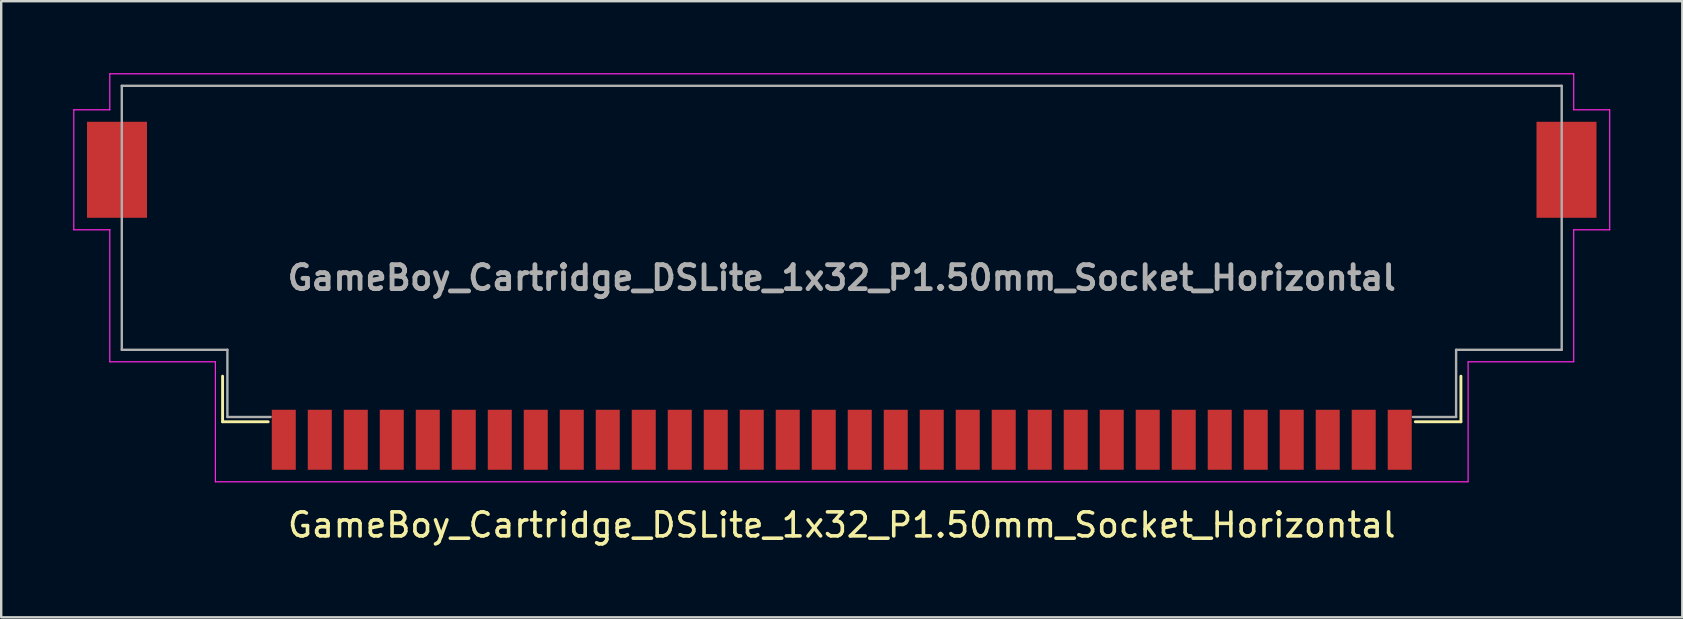
<source format=kicad_pcb>
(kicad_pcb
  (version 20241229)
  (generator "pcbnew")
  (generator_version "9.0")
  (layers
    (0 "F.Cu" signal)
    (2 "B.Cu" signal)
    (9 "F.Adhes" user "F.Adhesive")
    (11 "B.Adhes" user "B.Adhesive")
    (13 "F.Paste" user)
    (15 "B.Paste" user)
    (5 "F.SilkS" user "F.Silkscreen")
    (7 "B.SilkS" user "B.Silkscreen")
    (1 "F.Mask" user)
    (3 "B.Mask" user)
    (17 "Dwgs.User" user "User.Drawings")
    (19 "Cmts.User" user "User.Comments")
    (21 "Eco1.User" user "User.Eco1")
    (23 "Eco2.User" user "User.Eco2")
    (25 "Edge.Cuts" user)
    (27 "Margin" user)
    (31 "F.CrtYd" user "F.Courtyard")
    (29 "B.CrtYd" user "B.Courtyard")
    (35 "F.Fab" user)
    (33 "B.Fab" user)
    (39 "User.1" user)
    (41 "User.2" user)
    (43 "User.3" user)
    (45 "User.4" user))
  (footprint "GameBoy_Cartridge_DSLite_1x32_P1.50mm_Socket_Horizontal"
    (layer "F.Cu")
    (at 32.025 9.275)
    (property "Reference" "GameBoy_Cartridge_DSLite_1x32_P1.50mm_Socket_Horizontal" (at 0 9.55 180) (layer "F.SilkS") (effects (font (size 1 1) (thickness 0.15))))
    (attr smd)
    (fp_line (start -25.8 5.25) (end -25.8 3.35) (stroke (width 0.12) (type solid)) (layer "F.SilkS"))
    (fp_line (start -23.9 5.25) (end -25.8 5.25) (stroke (width 0.12) (type solid)) (layer "F.SilkS"))
    (fp_line (start 23.9 5.25) (end 25.8 5.25) (stroke (width 0.12) (type solid)) (layer "F.SilkS"))
    (fp_line (start 25.8 5.25) (end 25.8 3.35) (stroke (width 0.12) (type solid)) (layer "F.SilkS"))
    (fp_line (start -32 -7.75) (end -32 -2.75) (stroke (width 0.05) (type solid)) (layer "F.CrtYd"))
    (fp_line (start -32 -2.75) (end -30.5 -2.75) (stroke (width 0.05) (type solid)) (layer "F.CrtYd"))
    (fp_line (start -30.5 -9.25) (end -30.5 -7.75) (stroke (width 0.05) (type solid)) (layer "F.CrtYd"))
    (fp_line (start -30.5 -9.25) (end 30.5 -9.25) (stroke (width 0.05) (type solid)) (layer "F.CrtYd"))
    (fp_line (start -30.5 -7.75) (end -32 -7.75) (stroke (width 0.05) (type solid)) (layer "F.CrtYd"))
    (fp_line (start -30.5 -2.75) (end -30.5 2.75) (stroke (width 0.05) (type solid)) (layer "F.CrtYd"))
    (fp_line (start -30.5 2.75) (end -26.1 2.75) (stroke (width 0.05) (type solid)) (layer "F.CrtYd"))
    (fp_line (start -26.1 2.75) (end -26.1 7.75) (stroke (width 0.05) (type solid)) (layer "F.CrtYd"))
    (fp_line (start -26.1 7.75) (end 26.1 7.75) (stroke (width 0.05) (type solid)) (layer "F.CrtYd"))
    (fp_line (start 26.1 2.75) (end 30.5 2.75) (stroke (width 0.05) (type solid)) (layer "F.CrtYd"))
    (fp_line (start 26.1 7.75) (end 26.1 2.75) (stroke (width 0.05) (type solid)) (layer "F.CrtYd"))
    (fp_line (start 30.5 -7.75) (end 30.5 -9.25) (stroke (width 0.05) (type solid)) (layer "F.CrtYd"))
    (fp_line (start 30.5 -2.75) (end 32 -2.75) (stroke (width 0.05) (type solid)) (layer "F.CrtYd"))
    (fp_line (start 30.5 2.75) (end 30.5 -2.75) (stroke (width 0.05) (type solid)) (layer "F.CrtYd"))
    (fp_line (start 32 -7.75) (end 30.5 -7.75) (stroke (width 0.05) (type solid)) (layer "F.CrtYd"))
    (fp_line (start 32 -2.75) (end 32 -7.75) (stroke (width 0.05) (type solid)) (layer "F.CrtYd"))
    (fp_line (start -30 -8.75) (end 30 -8.75) (stroke (width 0.1) (type solid)) (layer "F.Fab"))
    (fp_line (start -30 2.25) (end -30 -8.75) (stroke (width 0.1) (type solid)) (layer "F.Fab"))
    (fp_line (start -25.6 2.25) (end -30 2.25) (stroke (width 0.1) (type solid)) (layer "F.Fab"))
    (fp_line (start -25.6 5.05) (end -25.6 2.25) (stroke (width 0.1) (type solid)) (layer "F.Fab"))
    (fp_line (start -23.8 5.05) (end -25.6 5.05) (stroke (width 0.1) (type solid)) (layer "F.Fab"))
    (fp_line (start 23.8 5.05) (end 25.6 5.05) (stroke (width 0.1) (type solid)) (layer "F.Fab"))
    (fp_line (start 25.6 2.25) (end 30 2.25) (stroke (width 0.1) (type solid)) (layer "F.Fab"))
    (fp_line (start 25.6 5.05) (end 25.6 2.25) (stroke (width 0.1) (type solid)) (layer "F.Fab"))
    (fp_line (start 30 2.25) (end 30 -8.75) (stroke (width 0.1) (type solid)) (layer "F.Fab"))
    (fp_text user "${REFERENCE}" (at 0 -0.75 0) (layer "F.Fab") (effects (font (size 1 1) (thickness 0.2))))
    (pad "1" smd rect (at -23.25 6) (size 1 2.5) (layers "F.Cu" "F.Mask" "F.Paste"))
    (pad "2" smd rect (at -21.75 6) (size 1 2.5) (layers "F.Cu" "F.Mask" "F.Paste"))
    (pad "3" smd rect (at -20.25 6) (size 1 2.5) (layers "F.Cu" "F.Mask" "F.Paste"))
    (pad "4" smd rect (at -18.75 6) (size 1 2.5) (layers "F.Cu" "F.Mask" "F.Paste"))
    (pad "5" smd rect (at -17.25 6) (size 1 2.5) (layers "F.Cu" "F.Mask" "F.Paste"))
    (pad "6" smd rect (at -15.75 6) (size 1 2.5) (layers "F.Cu" "F.Mask" "F.Paste"))
    (pad "7" smd rect (at -14.25 6) (size 1 2.5) (layers "F.Cu" "F.Mask" "F.Paste"))
    (pad "8" smd rect (at -12.75 6) (size 1 2.5) (layers "F.Cu" "F.Mask" "F.Paste"))
    (pad "9" smd rect (at -11.25 6) (size 1 2.5) (layers "F.Cu" "F.Mask" "F.Paste"))
    (pad "10" smd rect (at -9.75 6) (size 1 2.5) (layers "F.Cu" "F.Mask" "F.Paste"))
    (pad "11" smd rect (at -8.25 6) (size 1 2.5) (layers "F.Cu" "F.Mask" "F.Paste"))
    (pad "12" smd rect (at -6.75 6) (size 1 2.5) (layers "F.Cu" "F.Mask" "F.Paste"))
    (pad "13" smd rect (at -5.25 6) (size 1 2.5) (layers "F.Cu" "F.Mask" "F.Paste"))
    (pad "14" smd rect (at -3.75 6) (size 1 2.5) (layers "F.Cu" "F.Mask" "F.Paste"))
    (pad "15" smd rect (at -2.25 6) (size 1 2.5) (layers "F.Cu" "F.Mask" "F.Paste"))
    (pad "16" smd rect (at -0.75 6) (size 1 2.5) (layers "F.Cu" "F.Mask" "F.Paste"))
    (pad "17" smd rect (at 0.75 6) (size 1 2.5) (layers "F.Cu" "F.Mask" "F.Paste"))
    (pad "18" smd rect (at 2.25 6) (size 1 2.5) (layers "F.Cu" "F.Mask" "F.Paste"))
    (pad "19" smd rect (at 3.75 6) (size 1 2.5) (layers "F.Cu" "F.Mask" "F.Paste"))
    (pad "20" smd rect (at 5.25 6) (size 1 2.5) (layers "F.Cu" "F.Mask" "F.Paste"))
    (pad "21" smd rect (at 6.75 6) (size 1 2.5) (layers "F.Cu" "F.Mask" "F.Paste"))
    (pad "22" smd rect (at 8.25 6) (size 1 2.5) (layers "F.Cu" "F.Mask" "F.Paste"))
    (pad "23" smd rect (at 9.75 6) (size 1 2.5) (layers "F.Cu" "F.Mask" "F.Paste"))
    (pad "24" smd rect (at 11.25 6) (size 1 2.5) (layers "F.Cu" "F.Mask" "F.Paste"))
    (pad "25" smd rect (at 12.75 6) (size 1 2.5) (layers "F.Cu" "F.Mask" "F.Paste"))
    (pad "26" smd rect (at 14.25 6) (size 1 2.5) (layers "F.Cu" "F.Mask" "F.Paste"))
    (pad "27" smd rect (at 15.75 6) (size 1 2.5) (layers "F.Cu" "F.Mask" "F.Paste"))
    (pad "28" smd rect (at 17.25 6) (size 1 2.5) (layers "F.Cu" "F.Mask" "F.Paste"))
    (pad "29" smd rect (at 18.75 6) (size 1 2.5) (layers "F.Cu" "F.Mask" "F.Paste"))
    (pad "30" smd rect (at 20.25 6) (size 1 2.5) (layers "F.Cu" "F.Mask" "F.Paste"))
    (pad "31" smd rect (at 21.75 6) (size 1 2.5) (layers "F.Cu" "F.Mask" "F.Paste"))
    (pad "32" smd rect (at -30.2 -5.25) (size 2.5 4) (layers "F.Cu" "F.Mask" "F.Paste"))
    (pad "32" smd rect (at 23.25 6) (size 1 2.5) (layers "F.Cu" "F.Mask" "F.Paste"))
    (pad "32" smd rect (at 30.2 -5.25) (size 2.5 4) (layers "F.Cu" "F.Mask" "F.Paste")))
  (gr_rect
    (start -3 -3)
    (end 67.05 22.673)
    (stroke (width 0.1) (type default))
    (fill no)
    (layer "Edge.Cuts")))
</source>
